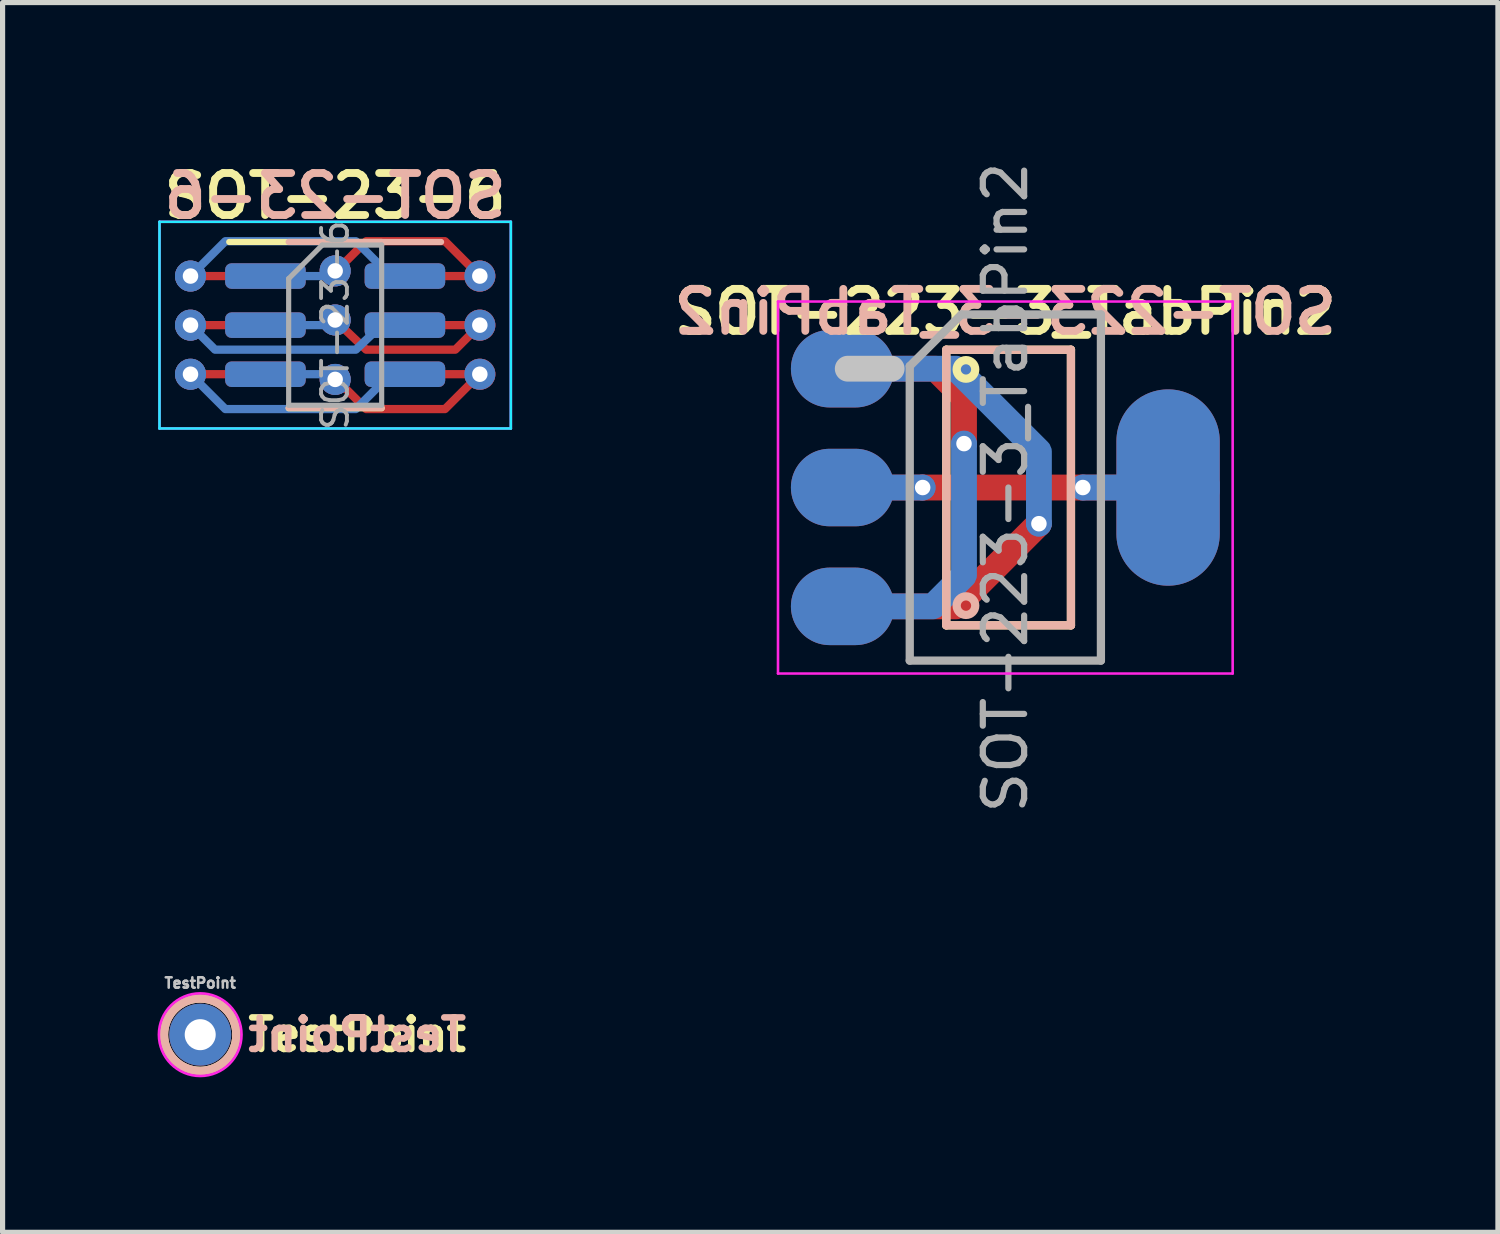
<source format=kicad_pcb>
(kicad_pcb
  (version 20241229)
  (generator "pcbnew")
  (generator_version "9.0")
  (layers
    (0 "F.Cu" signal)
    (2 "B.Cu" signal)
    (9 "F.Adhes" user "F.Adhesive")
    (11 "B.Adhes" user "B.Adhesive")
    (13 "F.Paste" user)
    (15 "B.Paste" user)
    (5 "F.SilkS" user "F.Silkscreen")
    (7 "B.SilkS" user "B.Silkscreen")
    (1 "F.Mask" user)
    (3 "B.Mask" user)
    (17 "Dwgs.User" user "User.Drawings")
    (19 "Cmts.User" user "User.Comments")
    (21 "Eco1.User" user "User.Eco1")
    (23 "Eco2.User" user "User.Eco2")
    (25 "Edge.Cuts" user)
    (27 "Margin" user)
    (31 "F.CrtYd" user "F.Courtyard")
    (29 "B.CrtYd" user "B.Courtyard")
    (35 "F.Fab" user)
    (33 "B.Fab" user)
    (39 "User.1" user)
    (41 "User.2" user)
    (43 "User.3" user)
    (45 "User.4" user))
  (footprint "TestPoint"
    (layer "F.Cu")
    (at 0.825 16.976)
    (property "Reference" "TestPoint" (at 0 -1 0) (layer "Dwgs.User") (effects (font (size 0.2 0.2) (thickness 0.05))))
    (property "Value" "TestPoint" (at 0 1 0) (layer "F.Fab") (hide yes) (effects (font (size 0.2 0.2) (thickness 0.05))))
    (attr exclude_from_pos_files exclude_from_bom)
    (fp_circle (center 0 0) (end 0.7 0) (stroke (width 0.16) (type solid)) (fill no) (layer "F.SilkS"))
    (fp_circle (center 0 0) (end 0.7 0) (stroke (width 0.16) (type solid)) (fill no) (layer "B.SilkS"))
    (fp_circle (center 0 0) (end 0.8 0) (stroke (width 0.05) (type solid)) (fill no) (layer "F.CrtYd"))
    (fp_text user "${VALUE}" (at 0.864 0 0) (layer "F.SilkS") (effects (font (size 0.61 0.61) (thickness 0.127)) (justify left)))
    (fp_text user "${VALUE}" (at 0.864 0 0) (layer "B.SilkS") (effects (font (size 0.61 0.61) (thickness 0.127)) (justify right mirror)))
    (pad "1" thru_hole circle (at 0 0) (size 1.2 1.2) (drill 0.6) (layers "*.Cu" "*.Mask")))
  (footprint "SOT-223-3_TabPin2"
    (layer "F.Cu")
    (at 16.408 6.386)
    (property "Reference" "SOT-223-3_TabPin2" (at 0 -3.4 0) (layer "F.SilkS") (effects (font (size 0.813 0.813) (thickness 0.152))))
    (attr smd)
    (fp_line (start -1.143 -2.667) (end 1.27 -2.667) (stroke (width 0.16) (type solid)) (layer "F.SilkS"))
    (fp_line (start -1.143 2.667) (end -1.143 -2.667) (stroke (width 0.16) (type solid)) (layer "F.SilkS"))
    (fp_line (start 1.27 -2.667) (end 1.27 2.667) (stroke (width 0.16) (type solid)) (layer "F.SilkS"))
    (fp_line (start 1.27 2.667) (end -1.143 2.667) (stroke (width 0.16) (type solid)) (layer "F.SilkS"))
    (fp_circle (center -0.762 -2.286) (end -0.889 -2.159) (stroke (width 0.16) (type solid)) (fill no) (layer "F.SilkS"))
    (fp_line (start -1.143 -2.667) (end 1.27 -2.667) (stroke (width 0.16) (type solid)) (layer "B.SilkS"))
    (fp_line (start -1.143 2.667) (end -1.143 -2.667) (stroke (width 0.16) (type solid)) (layer "B.SilkS"))
    (fp_line (start 1.27 -2.667) (end 1.27 2.667) (stroke (width 0.16) (type solid)) (layer "B.SilkS"))
    (fp_line (start 1.27 2.667) (end -1.143 2.667) (stroke (width 0.16) (type solid)) (layer "B.SilkS"))
    (fp_circle (center -0.762 2.286) (end -0.582 2.286) (stroke (width 0.16) (type solid)) (fill no) (layer "B.SilkS"))
    (fp_line (start -3.05 -2.3) (end -2.2 -2.3) (stroke (width 0.5) (type solid)) (layer "Dwgs.User"))
    (fp_line (start -4.4 -3.6) (end -4.4 3.6) (stroke (width 0.05) (type solid)) (layer "F.CrtYd"))
    (fp_line (start -4.4 3.6) (end 4.4 3.6) (stroke (width 0.05) (type solid)) (layer "F.CrtYd"))
    (fp_line (start 4.4 -3.6) (end -4.4 -3.6) (stroke (width 0.05) (type solid)) (layer "F.CrtYd"))
    (fp_line (start 4.4 3.6) (end 4.4 -3.6) (stroke (width 0.05) (type solid)) (layer "F.CrtYd"))
    (fp_line (start -1.85 -2.35) (end -1.85 3.35) (stroke (width 0.16) (type solid)) (layer "F.Fab"))
    (fp_line (start -1.85 -2.35) (end -0.85 -3.35) (stroke (width 0.16) (type solid)) (layer "F.Fab"))
    (fp_line (start -1.85 3.35) (end 1.85 3.35) (stroke (width 0.16) (type solid)) (layer "F.Fab"))
    (fp_line (start -0.85 -3.35) (end 1.85 -3.35) (stroke (width 0.16) (type solid)) (layer "F.Fab"))
    (fp_line (start 1.85 -3.35) (end 1.85 3.35) (stroke (width 0.16) (type solid)) (layer "F.Fab"))
    (fp_text user "${REFERENCE}" (at 0 -3.4 0) (layer "B.SilkS") (effects (font (size 0.813 0.813) (thickness 0.152)) (justify mirror)))
    (fp_text user "${REFERENCE}" (at 0 0 90) (layer "F.Fab") (effects (font (size 0.8 0.8) (thickness 0.12))))
    (pad "1" smd custom (at -3.15 -2.3) (size 0.01 0.01) (layers "F.Cu") (options (anchor circle)) (primitives (gr_line (start 1.8 0) (end 2.35 0.55) (width 0.5)) (gr_line (start 0 0) (end 1.8 0) (width 0.5)) (gr_line (start 2.35 0.55) (end 2.35 1.45) (width 0.5))))
    (pad "1" smd oval (at -3.15 -2.3) (size 2 1.5) (layers "F.Cu" "F.Mask" "F.Paste"))
    (pad "1" smd custom (at -3.15 2.3) (size 0.01 0.01) (layers "B.Cu") (options (anchor circle)) (primitives (gr_line (start 0 0) (end 1.75 0) (width 0.5)) (gr_line (start 2.35 -0.6) (end 2.35 -3.15) (width 0.5)) (gr_line (start 1.75 0) (end 2.35 -0.6) (width 0.5))))
    (pad "1" smd oval (at -3.15 2.3) (size 2 1.5) (layers "B.Cu" "B.Mask" "B.Paste"))
    (pad "1" thru_hole circle (at -0.8 -0.85) (size 0.5 0.5) (drill 0.3) (layers "*.Cu"))
    (pad "2" smd custom (at -3.15 0) (size 0.01 0.01) (layers "F.Cu") (options (anchor circle)) (primitives (gr_line (start 0 0) (end 1.55 0) (width 0.5))))
    (pad "2" smd custom (at -3.15 0) (size 0.01 0.01) (layers "B.Cu") (options (anchor circle)) (primitives (gr_line (start 0 0) (end 1.55 0) (width 0.5))))
    (pad "2" smd oval (at -3.15 0) (size 2 1.5) (layers "F.Cu" "F.Mask" "F.Paste"))
    (pad "2" smd oval (at -3.15 0) (size 2 1.5) (layers "B.Cu" "B.Mask" "B.Paste"))
    (pad "2" thru_hole circle (at -1.6 0) (size 0.5 0.5) (drill 0.3) (layers "*.Cu"))
    (pad "2" thru_hole circle (at 1.5 0) (size 0.5 0.5) (drill 0.3) (layers "*.Cu"))
    (pad "2" smd custom (at 3.15 0) (size 2 2) (layers "F.Cu") (options (anchor circle)) (primitives (gr_line (start -4.75 0) (end 0.05 0) (width 0.5))))
    (pad "2" smd custom (at 3.15 0) (size 2 2) (layers "B.Cu") (options (anchor circle)) (primitives (gr_line (start -1.65 0) (end 0.05 0) (width 0.5))))
    (pad "2" smd oval (at 3.15 0) (size 2 3.8) (layers "F.Cu" "F.Mask" "F.Paste"))
    (pad "2" smd oval (at 3.15 0) (size 2 3.8) (layers "B.Cu" "B.Mask" "B.Paste"))
    (pad "3" smd custom (at -3.15 -2.3) (size 0.01 0.01) (layers "B.Cu") (options (anchor circle)) (primitives (gr_line (start 3.8 1.6) (end 3.8 3) (width 0.5)) (gr_line (start 2.2 0) (end 3.8 1.6) (width 0.5)) (gr_line (start -0.05 0) (end 2.2 0) (width 0.5))))
    (pad "3" smd oval (at -3.15 -2.3) (size 2 1.5) (layers "B.Cu" "B.Mask" "B.Paste"))
    (pad "3" smd custom (at -3.15 2.3) (size 0.01 0.01) (layers "F.Cu") (options (anchor circle)) (primitives (gr_line (start -0.05 0) (end 2.2 0) (width 0.5)) (gr_line (start 2.2 0) (end 3.8 -1.6) (width 0.5))))
    (pad "3" smd oval (at -3.15 2.3) (size 2 1.5) (layers "F.Cu" "F.Mask" "F.Paste"))
    (pad "3" thru_hole circle (at 0.65 0.7) (size 0.5 0.5) (drill 0.3) (layers "*.Cu")))
  (footprint "SOT-23-6"
    (layer "F.Cu")
    (at 3.437 3.243)
    (property "Reference" "SOT-23-6" (at 0 -2.5 0) (layer "F.SilkS") (effects (font (size 0.813 0.813) (thickness 0.152))))
    (attr smd)
    (fp_line (start -0.9 1.61) (end 0.9 1.61) (stroke (width 0.12) (type solid)) (layer "F.SilkS"))
    (fp_line (start 0.9 -1.61) (end -2.05 -1.61) (stroke (width 0.12) (type solid)) (layer "F.SilkS"))
    (fp_line (start -0.9 -1.61) (end 2.05 -1.61) (stroke (width 0.12) (type solid)) (layer "B.SilkS"))
    (fp_line (start -0.9 1.6) (end 0.9 1.6) (stroke (width 0.12) (type solid)) (layer "B.SilkS"))
    (fp_line (start -3.4 -2) (end 3.4 -2) (stroke (width 0.05) (type solid)) (layer "B.CrtYd"))
    (fp_line (start -3.4 2) (end -3.4 -2) (stroke (width 0.05) (type solid)) (layer "B.CrtYd"))
    (fp_line (start 3.4 -2) (end 3.4 2) (stroke (width 0.05) (type solid)) (layer "B.CrtYd"))
    (fp_line (start 3.4 2) (end -3.4 2) (stroke (width 0.05) (type solid)) (layer "B.CrtYd"))
    (fp_line (start -3.4 -2) (end 3.4 -2) (stroke (width 0.05) (type solid)) (layer "F.CrtYd"))
    (fp_line (start -3.4 2) (end -3.4 -2) (stroke (width 0.05) (type solid)) (layer "F.CrtYd"))
    (fp_line (start 3.4 -2) (end 3.4 2) (stroke (width 0.05) (type solid)) (layer "F.CrtYd"))
    (fp_line (start 3.4 2) (end -3.4 2) (stroke (width 0.05) (type solid)) (layer "F.CrtYd"))
    (fp_line (start -0.9 -0.9) (end -0.9 1.55) (stroke (width 0.1) (type solid)) (layer "F.Fab"))
    (fp_line (start -0.9 -0.9) (end -0.25 -1.55) (stroke (width 0.1) (type solid)) (layer "F.Fab"))
    (fp_line (start 0.9 -1.55) (end -0.25 -1.55) (stroke (width 0.1) (type solid)) (layer "F.Fab"))
    (fp_line (start 0.9 -1.55) (end 0.9 1.55) (stroke (width 0.1) (type solid)) (layer "F.Fab"))
    (fp_line (start 0.9 1.55) (end -0.9 1.55) (stroke (width 0.1) (type solid)) (layer "F.Fab"))
    (fp_text user "${REFERENCE}" (at 0 -2.5 0) (layer "B.SilkS") (effects (font (size 0.813 0.813) (thickness 0.152)) (justify mirror)))
    (fp_text user "${REFERENCE}" (at 0 0 90) (layer "F.Fab") (effects (font (size 0.5 0.5) (thickness 0.075))))
    (pad "1" thru_hole circle (at -2.8 -0.95) (size 0.6 0.6) (drill 0.3) (layers "*.Cu"))
    (pad "1" smd custom (at -2.8 -0.95) (size 0.6 0.6) (layers "F.Cu") (options (anchor circle)) (primitives (gr_line (start 0 0) (end 1.2 0) (width 0.16)) (gr_line (start 0.9 0) (end 2 0) (width 0.4))))
    (pad "1" smd custom (at -2.8 -0.95) (size 0.6 0.6) (layers "B.Cu") (options (anchor circle)) (primitives (gr_line (start 0 0) (end 0.675 -0.675) (width 0.16)) (gr_line (start 0.675 -0.675) (end 3.2 -0.675) (width 0.16)) (gr_line (start 3.2 -0.675) (end 3.875 0) (width 0.16)) (gr_line (start 3.6 0) (end 4.7 0) (width 0.4))))
    (pad "1" smd roundrect (at -1.35 -0.95) (size 1.56 0.495) (layers "F.Cu" "F.Mask" "F.Paste") (roundrect_rratio 0.25))
    (pad "1" smd roundrect (at 1.35 -0.95) (size 1.56 0.495) (layers "B.Cu" "B.Mask" "B.Paste") (roundrect_rratio 0.25))
    (pad "2" thru_hole circle (at -2.8 0) (size 0.6 0.6) (drill 0.3) (layers "*.Cu"))
    (pad "2" smd custom (at -2.8 0) (size 0.6 0.6) (layers "F.Cu") (options (anchor circle)) (primitives (gr_line (start 0 0) (end 1.2 0) (width 0.16)) (gr_line (start 0.9 0) (end 2 0) (width 0.4))))
    (pad "2" smd custom (at -2.8 0) (size 0.6 0.6) (layers "B.Cu") (options (anchor circle)) (primitives (gr_line (start 0 0) (end 0.475 0.475) (width 0.16)) (gr_line (start 0.475 0.475) (end 3.2 0.475) (width 0.16)) (gr_line (start 3.2 0.475) (end 3.7 0) (width 0.16)) (gr_line (start 3.6 0) (end 4.7 0) (width 0.4))))
    (pad "2" smd roundrect (at -1.35 0) (size 1.56 0.495) (layers "F.Cu" "F.Mask" "F.Paste") (roundrect_rratio 0.25))
    (pad "2" smd roundrect (at 1.35 0) (size 1.56 0.495) (layers "B.Cu" "B.Mask" "B.Paste") (roundrect_rratio 0.25))
    (pad "3" thru_hole circle (at -2.8 0.95) (size 0.6 0.6) (drill 0.3) (layers "*.Cu"))
    (pad "3" smd custom (at -2.8 0.95) (size 0.6 0.6) (layers "F.Cu") (options (anchor circle)) (primitives (gr_line (start 0 0) (end 1.2 0) (width 0.16)) (gr_line (start 0.9 0) (end 2 0) (width 0.4))))
    (pad "3" smd custom (at -2.8 0.95) (size 0.6 0.6) (layers "B.Cu") (options (anchor circle)) (primitives (gr_line (start 0 0) (end 0.675 0.675) (width 0.16)) (gr_line (start 0.675 0.675) (end 3.2 0.675) (width 0.16)) (gr_line (start 3.2 0.675) (end 3.875 0) (width 0.16)) (gr_line (start 3.6 0) (end 4.7 0) (width 0.4))))
    (pad "3" smd roundrect (at -1.35 0.95) (size 1.56 0.495) (layers "F.Cu" "F.Mask" "F.Paste") (roundrect_rratio 0.25))
    (pad "3" smd roundrect (at 1.35 0.95) (size 1.56 0.495) (layers "B.Cu" "B.Mask" "B.Paste") (roundrect_rratio 0.25))
    (pad "4" smd roundrect (at -1.35 0.95) (size 1.56 0.495) (layers "B.Cu" "B.Mask" "B.Paste") (roundrect_rratio 0.25))
    (pad "4" thru_hole circle (at 0 1.05) (size 0.6 0.6) (drill 0.3) (layers "*.Cu"))
    (pad "4" smd custom (at 0 1.05) (size 0.6 0.6) (layers "B.Cu") (options (anchor circle)) (primitives (gr_line (start -1.2 -0.1) (end 0 -0.1) (width 0.16)) (gr_line (start -1.9 -0.1) (end -0.8 -0.1) (width 0.4))))
    (pad "4" smd roundrect (at 1.35 0.95) (size 1.56 0.495) (layers "F.Cu" "F.Mask" "F.Paste") (roundrect_rratio 0.25))
    (pad "4" thru_hole circle (at 2.8 0.95) (size 0.6 0.6) (drill 0.3) (layers "*.Cu"))
    (pad "4" smd custom (at 2.8 0.95) (size 0.6 0.6) (layers "F.Cu") (options (anchor circle)) (primitives (gr_line (start 0 0) (end -0.675 0.675) (width 0.16)) (gr_line (start -0.675 0.675) (end -2.2 0.675) (width 0.16)) (gr_line (start -2.2 0.675) (end -2.875 0) (width 0.16)) (gr_circle (center -2.8 0.1) (end -2.65 0.1) (width 0.3) (fill no))))
    (pad "4" smd custom (at 2.8 0.95) (size 0.6 0.6) (layers "F.Cu") (options (anchor circle)) (primitives (gr_line (start 0 0) (end -1.2 0) (width 0.16)) (gr_line (start -2 0) (end -0.9 0) (width 0.4))))
    (pad "5" smd roundrect (at -1.35 0) (size 1.56 0.495) (layers "B.Cu" "B.Mask" "B.Paste") (roundrect_rratio 0.25))
    (pad "5" thru_hole circle (at 0 -0.1) (size 0.6 0.6) (drill 0.3) (layers "*.Cu"))
    (pad "5" smd custom (at 0 -0.1) (size 0.6 0.6) (layers "B.Cu") (options (anchor circle)) (primitives (gr_line (start -1.2 0.1) (end 0 0.1) (width 0.16)) (gr_line (start -1.9 0.1) (end -0.8 0.1) (width 0.4))))
    (pad "5" smd roundrect (at 1.35 0) (size 1.56 0.495) (layers "F.Cu" "F.Mask" "F.Paste") (roundrect_rratio 0.25))
    (pad "5" thru_hole circle (at 2.8 0) (size 0.6 0.6) (drill 0.3) (layers "*.Cu"))
    (pad "5" smd custom (at 2.8 0) (size 0.6 0.6) (layers "F.Cu") (options (anchor circle)) (primitives (gr_line (start 0 0) (end -1.2 0) (width 0.16)) (gr_line (start -2 0) (end -0.9 0) (width 0.4))))
    (pad "5" smd custom (at 2.8 0) (size 0.6 0.6) (layers "F.Cu") (options (anchor circle)) (primitives (gr_line (start 0 0) (end -0.475 0.475) (width 0.16)) (gr_line (start -0.475 0.475) (end -2.2 0.475) (width 0.16)) (gr_line (start -2.2 0.475) (end -2.7 0) (width 0.16)) (gr_circle (center -2.8 -0.1) (end -2.65 -0.1) (width 0.3) (fill no))))
    (pad "6" smd roundrect (at -1.35 -0.95) (size 1.56 0.495) (layers "B.Cu" "B.Mask" "B.Paste") (roundrect_rratio 0.25))
    (pad "6" thru_hole circle (at 0 -1.05) (size 0.6 0.6) (drill 0.3) (layers "*.Cu"))
    (pad "6" smd custom (at 0 -1.05) (size 0.6 0.6) (layers "B.Cu") (options (anchor circle)) (primitives (gr_line (start -1.2 0.1) (end 0 0.1) (width 0.16)) (gr_line (start -1.9 0.1) (end -0.8 0.1) (width 0.4))))
    (pad "6" smd roundrect (at 1.35 -0.95) (size 1.56 0.495) (layers "F.Cu" "F.Mask" "F.Paste") (roundrect_rratio 0.25))
    (pad "6" thru_hole circle (at 2.8 -0.95) (size 0.6 0.6) (drill 0.3) (layers "*.Cu"))
    (pad "6" smd custom (at 2.8 -0.95) (size 0.6 0.6) (layers "F.Cu") (options (anchor circle)) (primitives (gr_line (start 0 0) (end -0.675 -0.675) (width 0.16)) (gr_line (start -0.675 -0.675) (end -2.2 -0.675) (width 0.16)) (gr_line (start -2.2 -0.675) (end -2.875 0) (width 0.16)) (gr_circle (center -2.8 -0.1) (end -2.65 -0.1) (width 0.3) (fill no))))
    (pad "6" smd custom (at 2.8 -0.95) (size 0.6 0.6) (layers "F.Cu") (options (anchor circle)) (primitives (gr_line (start 0 0) (end -1.2 0) (width 0.16)) (gr_line (start -2 0) (end -0.9 0) (width 0.4)))))
  (gr_rect
    (start -3 -3)
    (end 25.942 20.801)
    (stroke (width 0.1) (type default))
    (fill no)
    (layer "Edge.Cuts")))
</source>
